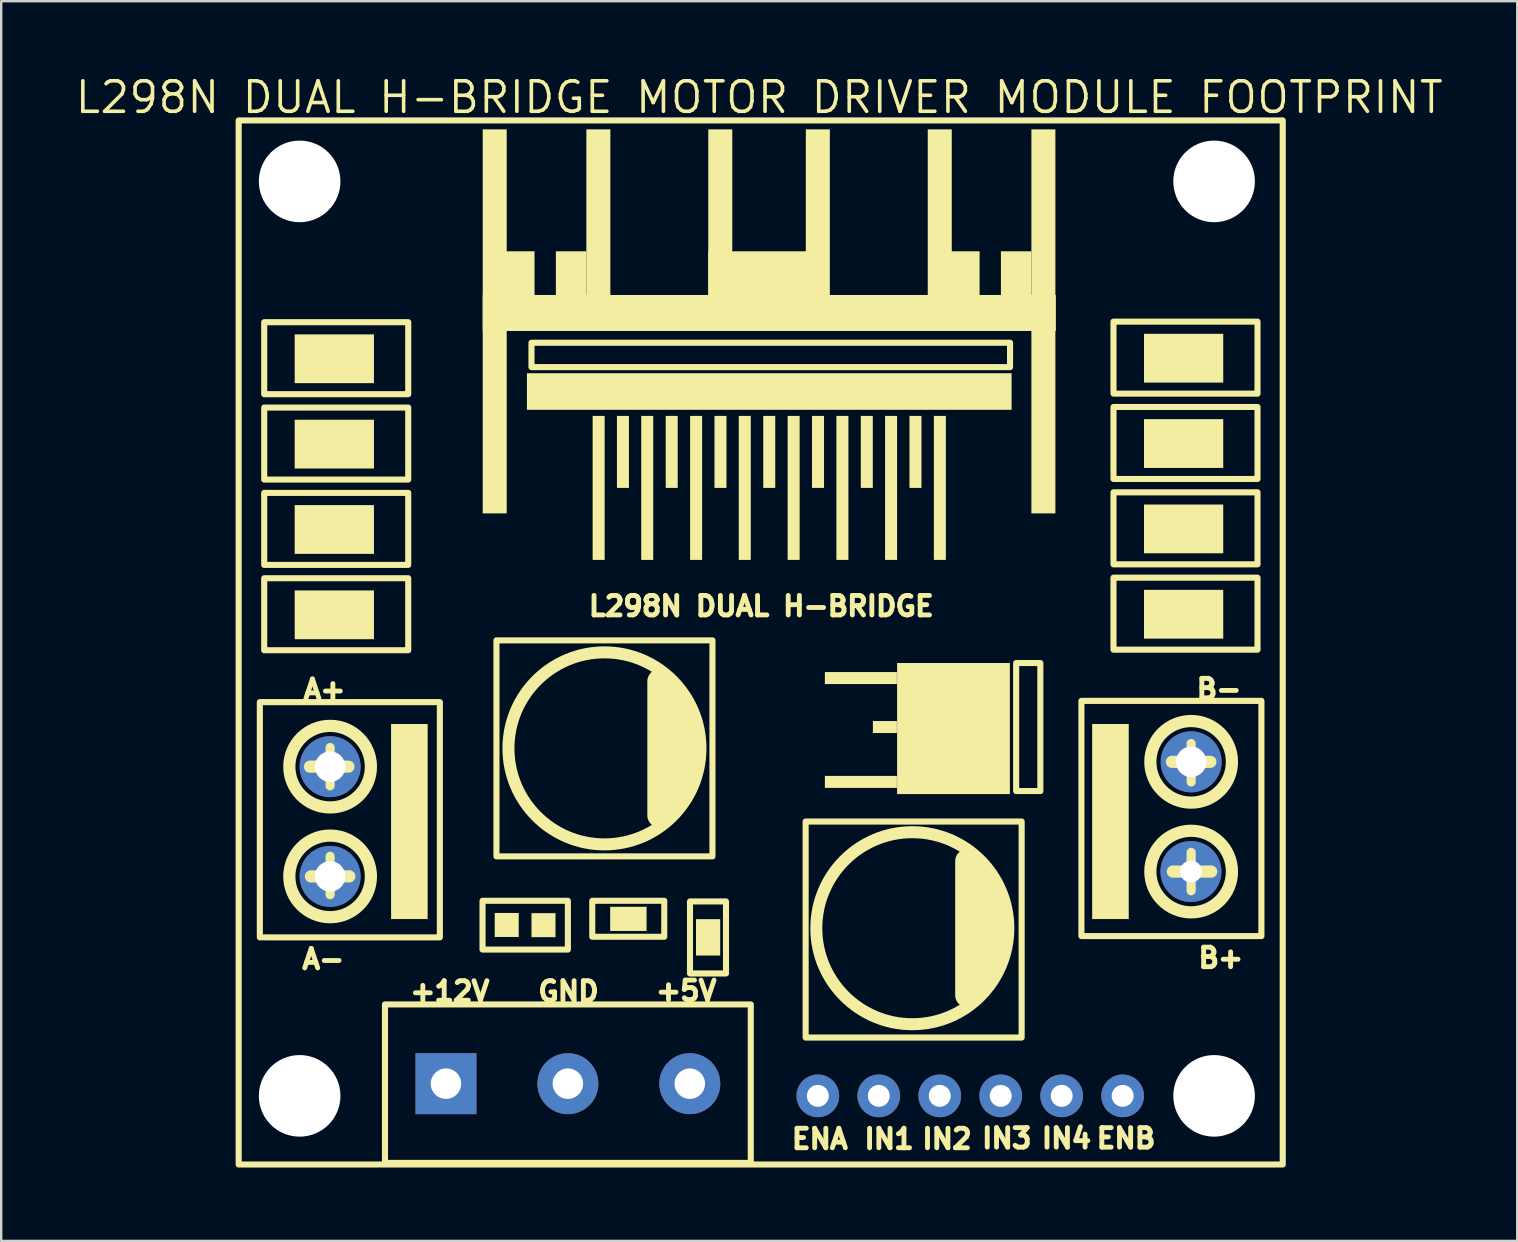
<source format=kicad_pcb>
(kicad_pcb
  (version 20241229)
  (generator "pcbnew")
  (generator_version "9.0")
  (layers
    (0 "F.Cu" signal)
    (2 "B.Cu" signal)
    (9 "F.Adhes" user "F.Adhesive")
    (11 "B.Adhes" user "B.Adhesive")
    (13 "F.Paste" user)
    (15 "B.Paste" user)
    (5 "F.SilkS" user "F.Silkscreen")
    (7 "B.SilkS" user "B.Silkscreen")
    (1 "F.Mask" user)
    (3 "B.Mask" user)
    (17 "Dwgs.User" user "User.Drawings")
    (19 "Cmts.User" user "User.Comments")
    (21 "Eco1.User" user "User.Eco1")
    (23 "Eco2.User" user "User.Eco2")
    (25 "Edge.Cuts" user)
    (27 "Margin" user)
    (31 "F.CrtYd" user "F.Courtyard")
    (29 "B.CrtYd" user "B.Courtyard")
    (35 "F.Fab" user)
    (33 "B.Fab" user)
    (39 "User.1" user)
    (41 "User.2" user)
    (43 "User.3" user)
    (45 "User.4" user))
  (footprint "L298N DUAL H-BRIDGE MOTOR DRIVER MODULE FOOTPRINT"
    (layer "F.Cu")
    (at 6.894 45.402)
    (property "Reference" "L298N DUAL H-BRIDGE MOTOR DRIVER MODULE FOOTPRINT" (at 21.689 -44.396 0) (layer "F.SilkS") (effects (font (size 1.27 1.27) (thickness 0.15))))
    (fp_line (start 3.81 -15.71) (end 3.81 -17.31) (stroke (width 0.381) (type default)) (layer "F.SilkS"))
    (fp_line (start 3.81 -11.176) (end 3.81 -12.776) (stroke (width 0.381) (type default)) (layer "F.SilkS"))
    (fp_line (start 4.572 -16.51) (end 2.972 -16.51) (stroke (width 0.508) (type default)) (layer "F.SilkS"))
    (fp_line (start 4.61 -11.938) (end 3.01 -11.938) (stroke (width 0.508) (type default)) (layer "F.SilkS"))
    (fp_line (start 17.526 -20.066) (end 17.526 -14.478) (stroke (width 1) (type default)) (layer "F.SilkS"))
    (fp_line (start 18.034 -19.304) (end 18.034 -14.986) (stroke (width 1) (type default)) (layer "F.SilkS"))
    (fp_line (start 18.542 -18.796) (end 18.542 -15.875) (stroke (width 1) (type default)) (layer "F.SilkS"))
    (fp_line (start 30.353 -12.573) (end 30.353 -6.985) (stroke (width 1) (type default)) (layer "F.SilkS"))
    (fp_line (start 30.861 -11.811) (end 30.861 -7.493) (stroke (width 1) (type default)) (layer "F.SilkS"))
    (fp_line (start 31.369 -11.303) (end 31.369 -8.382) (stroke (width 1) (type default)) (layer "F.SilkS"))
    (fp_line (start 38.884 -16.711) (end 40.484 -16.711) (stroke (width 0.508) (type default)) (layer "F.SilkS"))
    (fp_line (start 38.922 -12.139) (end 40.522 -12.139) (stroke (width 0.508) (type default)) (layer "F.SilkS"))
    (fp_line (start 39.684 -17.473) (end 39.684 -15.873) (stroke (width 0.381) (type default)) (layer "F.SilkS"))
    (fp_line (start 39.684 -12.939) (end 39.684 -11.339) (stroke (width 0.381) (type default)) (layer "F.SilkS"))
    (fp_rect (start 0 -43.434) (end 43.5 0.066) (stroke (width 0.254) (type default)) (fill no) (layer "F.SilkS"))
    (fp_rect (start 0.882 -19.198) (end 8.382 -9.398) (stroke (width 0.254) (type default)) (fill no) (layer "F.SilkS"))
    (fp_rect (start 1.064 -35.028) (end 7.064 -32.028) (stroke (width 0.254) (type default)) (fill no) (layer "F.SilkS"))
    (fp_rect (start 1.064 -31.472) (end 7.064 -28.472) (stroke (width 0.254) (type default)) (fill no) (layer "F.SilkS"))
    (fp_rect (start 1.064 -27.916) (end 7.064 -24.916) (stroke (width 0.254) (type default)) (fill no) (layer "F.SilkS"))
    (fp_rect (start 1.064 -24.36) (end 7.064 -21.36) (stroke (width 0.254) (type default)) (fill no) (layer "F.SilkS"))
    (fp_rect (start 2.334 -34.52) (end 5.636 -32.488) (stroke (width 0) (type default)) (fill yes) (layer "F.SilkS"))
    (fp_rect (start 2.334 -30.964) (end 5.636 -28.932) (stroke (width 0) (type default)) (fill yes) (layer "F.SilkS"))
    (fp_rect (start 2.334 -27.408) (end 5.636 -25.376) (stroke (width 0) (type default)) (fill yes) (layer "F.SilkS"))
    (fp_rect (start 2.334 -23.852) (end 5.636 -21.82) (stroke (width 0) (type default)) (fill yes) (layer "F.SilkS"))
    (fp_rect (start 6.096 -6.604) (end 21.336 0) (stroke (width 0.254) (type default)) (fill no) (layer "F.SilkS"))
    (fp_rect (start 6.35 -18.288) (end 7.874 -10.16) (stroke (width 0) (type default)) (fill yes) (layer "F.SilkS"))
    (fp_rect (start 10.16 -10.922) (end 13.716 -8.89) (stroke (width 0.254) (type default)) (fill no) (layer "F.SilkS"))
    (fp_rect (start 10.168 -43.062) (end 11.168 -27.062) (stroke (width 0) (type default)) (fill yes) (layer "F.SilkS"))
    (fp_rect (start 10.168 -36.162) (end 34.044 -34.662) (stroke (width 0) (type default)) (fill yes) (layer "F.SilkS"))
    (fp_rect (start 10.668 -10.414) (end 11.668 -9.414) (stroke (width 0) (type default)) (fill yes) (layer "F.SilkS"))
    (fp_rect (start 10.74 -21.772) (end 19.74 -12.772) (stroke (width 0.254) (type default)) (fill no) (layer "F.SilkS"))
    (fp_rect (start 11.057 -37.982) (end 12.327 -35.442) (stroke (width 0) (type default)) (fill yes) (layer "F.SilkS"))
    (fp_rect (start 12.01 -32.902) (end 32.203 -31.378) (stroke (width 0) (type default)) (fill yes) (layer "F.SilkS"))
    (fp_rect (start 12.2 -34.172) (end 32.139 -33.156) (stroke (width 0.254) (type default)) (fill no) (layer "F.SilkS"))
    (fp_rect (start 12.2 -10.406) (end 13.2 -9.406) (stroke (width 0) (type default)) (fill yes) (layer "F.SilkS"))
    (fp_rect (start 13.216 -37.982) (end 14.486 -35.442) (stroke (width 0) (type default)) (fill yes) (layer "F.SilkS"))
    (fp_rect (start 14.486 -43.062) (end 15.486 -34.662) (stroke (width 0) (type default)) (fill yes) (layer "F.SilkS"))
    (fp_rect (start 14.732 -10.922) (end 17.732 -9.422) (stroke (width 0.254) (type default)) (fill no) (layer "F.SilkS"))
    (fp_rect (start 14.748 -31.124) (end 15.248 -25.124) (stroke (width 0) (type default)) (fill yes) (layer "F.SilkS"))
    (fp_rect (start 15.478 -10.672) (end 16.994 -9.664) (stroke (width 0) (type default)) (fill yes) (layer "F.SilkS"))
    (fp_rect (start 15.76 -31.124) (end 16.26 -28.124) (stroke (width 0) (type default)) (fill yes) (layer "F.SilkS"))
    (fp_rect (start 16.772 -31.124) (end 17.272 -25.124) (stroke (width 0) (type default)) (fill yes) (layer "F.SilkS"))
    (fp_rect (start 17.792 -31.124) (end 18.292 -28.124) (stroke (width 0) (type default)) (fill yes) (layer "F.SilkS"))
    (fp_rect (start 18.804 -10.894) (end 20.304 -7.894) (stroke (width 0.254) (type default)) (fill no) (layer "F.SilkS"))
    (fp_rect (start 18.808 -31.124) (end 19.308 -25.124) (stroke (width 0) (type default)) (fill yes) (layer "F.SilkS"))
    (fp_rect (start 19.054 -10.156) (end 20.062 -8.64) (stroke (width 0) (type default)) (fill yes) (layer "F.SilkS"))
    (fp_rect (start 19.566 -43.062) (end 20.566 -34.662) (stroke (width 0) (type default)) (fill yes) (layer "F.SilkS"))
    (fp_rect (start 19.566 -37.982) (end 24.138 -35.442) (stroke (width 0) (type default)) (fill yes) (layer "F.SilkS"))
    (fp_rect (start 19.824 -31.124) (end 20.324 -28.124) (stroke (width 0) (type default)) (fill yes) (layer "F.SilkS"))
    (fp_rect (start 20.836 -31.124) (end 21.336 -25.124) (stroke (width 0) (type default)) (fill yes) (layer "F.SilkS"))
    (fp_rect (start 21.856 -31.124) (end 22.356 -28.124) (stroke (width 0) (type default)) (fill yes) (layer "F.SilkS"))
    (fp_rect (start 22.872 -31.124) (end 23.372 -25.124) (stroke (width 0) (type default)) (fill yes) (layer "F.SilkS"))
    (fp_rect (start 23.622 -14.224) (end 32.622 -5.224) (stroke (width 0.254) (type default)) (fill no) (layer "F.SilkS"))
    (fp_rect (start 23.63 -43.062) (end 24.63 -34.662) (stroke (width 0) (type default)) (fill yes) (layer "F.SilkS"))
    (fp_rect (start 23.888 -31.124) (end 24.388 -28.124) (stroke (width 0) (type default)) (fill yes) (layer "F.SilkS"))
    (fp_rect (start 24.424 -20.451) (end 27.424 -19.951) (stroke (width 0) (type default)) (fill yes) (layer "F.SilkS"))
    (fp_rect (start 24.424 -16.125) (end 27.424 -15.625) (stroke (width 0) (type default)) (fill yes) (layer "F.SilkS"))
    (fp_rect (start 24.904 -31.124) (end 25.404 -25.124) (stroke (width 0) (type default)) (fill yes) (layer "F.SilkS"))
    (fp_rect (start 25.92 -31.124) (end 26.42 -28.124) (stroke (width 0) (type default)) (fill yes) (layer "F.SilkS"))
    (fp_rect (start 26.424 -18.411) (end 27.424 -17.911) (stroke (width 0) (type default)) (fill yes) (layer "F.SilkS"))
    (fp_rect (start 26.932 -31.124) (end 27.432 -25.124) (stroke (width 0) (type default)) (fill yes) (layer "F.SilkS"))
    (fp_rect (start 27.432 -20.828) (end 32.131 -15.367) (stroke (width 0) (type default)) (fill yes) (layer "F.SilkS"))
    (fp_rect (start 27.948 -31.124) (end 28.448 -28.124) (stroke (width 0) (type default)) (fill yes) (layer "F.SilkS"))
    (fp_rect (start 28.71 -43.062) (end 29.71 -34.662) (stroke (width 0) (type default)) (fill yes) (layer "F.SilkS"))
    (fp_rect (start 28.964 -31.124) (end 29.464 -25.124) (stroke (width 0) (type default)) (fill yes) (layer "F.SilkS"))
    (fp_rect (start 29.599 -37.982) (end 30.869 -35.442) (stroke (width 0) (type default)) (fill yes) (layer "F.SilkS"))
    (fp_rect (start 31.758 -37.982) (end 33.028 -35.442) (stroke (width 0) (type default)) (fill yes) (layer "F.SilkS"))
    (fp_rect (start 32.393 -20.828) (end 33.401 -15.494) (stroke (width 0.254) (type default)) (fill no) (layer "F.SilkS"))
    (fp_rect (start 33.028 -43.062) (end 34.028 -27.062) (stroke (width 0) (type default)) (fill yes) (layer "F.SilkS"))
    (fp_rect (start 35.112 -19.251) (end 42.612 -9.451) (stroke (width 0.254) (type default)) (fill no) (layer "F.SilkS"))
    (fp_rect (start 35.56 -18.288) (end 37.084 -10.16) (stroke (width 0) (type default)) (fill yes) (layer "F.SilkS"))
    (fp_rect (start 36.449 -35.052) (end 42.449 -32.052) (stroke (width 0.254) (type default)) (fill no) (layer "F.SilkS"))
    (fp_rect (start 36.449 -31.496) (end 42.449 -28.496) (stroke (width 0.254) (type default)) (fill no) (layer "F.SilkS"))
    (fp_rect (start 36.449 -27.94) (end 42.449 -24.94) (stroke (width 0.254) (type default)) (fill no) (layer "F.SilkS"))
    (fp_rect (start 36.449 -24.384) (end 42.449 -21.384) (stroke (width 0.254) (type default)) (fill no) (layer "F.SilkS"))
    (fp_rect (start 37.719 -34.544) (end 41.021 -32.512) (stroke (width 0) (type default)) (fill yes) (layer "F.SilkS"))
    (fp_rect (start 37.719 -30.988) (end 41.021 -28.956) (stroke (width 0) (type default)) (fill yes) (layer "F.SilkS"))
    (fp_rect (start 37.719 -27.432) (end 41.021 -25.4) (stroke (width 0) (type default)) (fill yes) (layer "F.SilkS"))
    (fp_rect (start 37.719 -23.876) (end 41.021 -21.844) (stroke (width 0) (type default)) (fill yes) (layer "F.SilkS"))
    (fp_arc (start 11.24 -17.272) (mid 15.24 -21.272) (end 19.24 -17.272) (stroke (width 0.254) (type default)) (layer "F.SilkS"))
    (fp_arc (start 19.24 -17.272) (mid 15.24 -13.272) (end 11.24 -17.272) (stroke (width 0.254) (type default)) (layer "F.SilkS"))
    (fp_arc (start 37.9839 -16.7109) (mid 39.6839 -18.4109) (end 41.384 -16.7109) (stroke (width 0.254) (type default)) (layer "F.SilkS"))
    (fp_arc (start 41.384 -16.7109) (mid 39.6839 -15.0108) (end 37.9839 -16.7109) (stroke (width 0.254) (type default)) (layer "F.SilkS"))
    (fp_circle (center 3.81 -16.51) (end 5.51 -16.51) (stroke (width 0.508) (type default)) (fill no) (layer "F.SilkS"))
    (fp_circle (center 3.81 -11.938) (end 5.51 -11.938) (stroke (width 0.508) (type default)) (fill no) (layer "F.SilkS"))
    (fp_circle (center 15.24 -17.272) (end 19.24 -17.272) (stroke (width 0.5) (type default)) (fill no) (layer "F.SilkS"))
    (fp_circle (center 28.067 -9.779) (end 32.067 -9.779) (stroke (width 0.5) (type default)) (fill no) (layer "F.SilkS"))
    (fp_circle (center 39.684 -16.711) (end 41.384 -16.711) (stroke (width 0.508) (type default)) (fill no) (layer "F.SilkS"))
    (fp_circle (center 39.684 -12.139) (end 41.384 -12.139) (stroke (width 0.508) (type default)) (fill no) (layer "F.SilkS"))
    (fp_text user "IN3" (at 30.861 -1.499 0) (unlocked yes) (layer "F.SilkS") (effects (font (size 0.813 0.813) (thickness 0.203)) (justify left top)))
    (fp_text user "ENA" (at 22.936 -1.473 0) (unlocked yes) (layer "F.SilkS") (effects (font (size 0.813 0.813) (thickness 0.203)) (justify left top)))
    (fp_text user "IN1" (at 25.959 -1.473 0) (unlocked yes) (layer "F.SilkS") (effects (font (size 0.813 0.813) (thickness 0.203)) (justify left top)))
    (fp_text user "A-" (at 2.54 -8.966 0) (unlocked yes) (layer "F.SilkS") (effects (font (size 0.813 0.813) (thickness 0.203)) (justify left top)))
    (fp_text user "A+" (at 2.591 -20.193 0) (unlocked yes) (layer "F.SilkS") (effects (font (size 0.813 0.813) (thickness 0.203)) (justify left top)))
    (fp_text user "B-" (at 39.802 -20.218 0) (unlocked yes) (layer "F.SilkS") (effects (font (size 0.813 0.813) (thickness 0.203)) (justify left top)))
    (fp_text user "B+" (at 39.878 -9.017 0) (unlocked yes) (layer "F.SilkS") (effects (font (size 0.813 0.813) (thickness 0.203)) (justify left top)))
    (fp_text user "+5V" (at 17.272 -7.645 0) (unlocked yes) (layer "F.SilkS") (effects (font (size 0.813 0.813) (thickness 0.203)) (justify left top)))
    (fp_text user "IN4" (at 33.35 -1.499 0) (unlocked yes) (layer "F.SilkS") (effects (font (size 0.813 0.813) (thickness 0.203)) (justify left top)))
    (fp_text user "L298N DUAL H-BRIDGE" (at 14.478 -23.673 0) (unlocked yes) (layer "F.SilkS") (effects (font (size 0.813 0.813) (thickness 0.203)) (justify left top)))
    (fp_text user "ENB" (at 35.636 -1.499 0) (unlocked yes) (layer "F.SilkS") (effects (font (size 0.813 0.813) (thickness 0.203)) (justify left top)))
    (fp_text user "+12V" (at 7.036 -7.62 0) (unlocked yes) (layer "F.SilkS") (effects (font (size 0.813 0.813) (thickness 0.203)) (justify left top)))
    (fp_text user "GND" (at 12.37 -7.62 0) (unlocked yes) (layer "F.SilkS") (effects (font (size 0.813 0.813) (thickness 0.203)) (justify left top)))
    (fp_text user "IN2" (at 28.372 -1.473 0) (unlocked yes) (layer "F.SilkS") (effects (font (size 0.813 0.813) (thickness 0.203)) (justify left top)))
    (pad "" np_thru_hole circle (at 2.54 -40.894) (size 3.4 3.4) (drill 3.4) (layers "*.Cu" "*.Mask"))
    (pad "" np_thru_hole circle (at 2.54 -2.794) (size 3.4 3.4) (drill 3.4) (layers "*.Cu" "*.Mask"))
    (pad "" np_thru_hole circle (at 40.64 -40.894) (size 3.4 3.4) (drill 3.4) (layers "*.Cu" "*.Mask"))
    (pad "" np_thru_hole circle (at 40.64 -2.794) (size 3.4 3.4) (drill 3.4) (layers "*.Cu" "*.Mask"))
    (pad "+5V" thru_hole oval (at 18.796 -3.302) (size 2.54 2.54) (drill 1.27) (layers "*.Cu" "*.Mask"))
    (pad "+12V" thru_hole rect (at 8.636 -3.302) (size 2.54 2.54) (drill 1.27) (layers "*.Cu" "*.Mask"))
    (pad "ENA" thru_hole oval (at 24.13 -2.794) (size 1.778 1.778) (drill 0.914) (layers "*.Cu" "*.Mask"))
    (pad "ENB" thru_hole oval (at 36.83 -2.794) (size 1.778 1.778) (drill 0.914) (layers "*.Cu" "*.Mask"))
    (pad "GND" thru_hole oval (at 13.716 -3.302) (size 2.54 2.54) (drill 1.27) (layers "*.Cu" "*.Mask"))
    (pad "IN1" thru_hole oval (at 26.67 -2.794) (size 1.778 1.778) (drill 0.914) (layers "*.Cu" "*.Mask"))
    (pad "IN2" thru_hole oval (at 29.21 -2.794) (size 1.778 1.778) (drill 0.914) (layers "*.Cu" "*.Mask"))
    (pad "IN3" thru_hole oval (at 31.75 -2.794) (size 1.778 1.778) (drill 0.914) (layers "*.Cu" "*.Mask"))
    (pad "IN4" thru_hole oval (at 34.29 -2.794) (size 1.778 1.778) (drill 0.914) (layers "*.Cu" "*.Mask"))
    (pad "OUT1" thru_hole oval (at 3.81 -16.51) (size 2.54 2.54) (drill 1.27) (layers "*.Cu" "*.Mask"))
    (pad "OUT2" thru_hole oval (at 3.81 -11.938) (size 2.54 2.54) (drill 1.27) (layers "*.Cu" "*.Mask"))
    (pad "OUT3" thru_hole oval (at 39.675 -12.141) (size 2.54 2.54) (drill 0.914) (layers "*.Cu" "*.Mask"))
    (pad "OUT4" thru_hole oval (at 39.684 -16.711) (size 2.54 2.54) (drill 1.27) (layers "*.Cu" "*.Mask")))
  (gr_rect
    (start -3 -3)
    (end 60.165 48.652)
    (stroke (width 0.1) (type default))
    (fill no)
    (layer "Edge.Cuts")))
</source>
